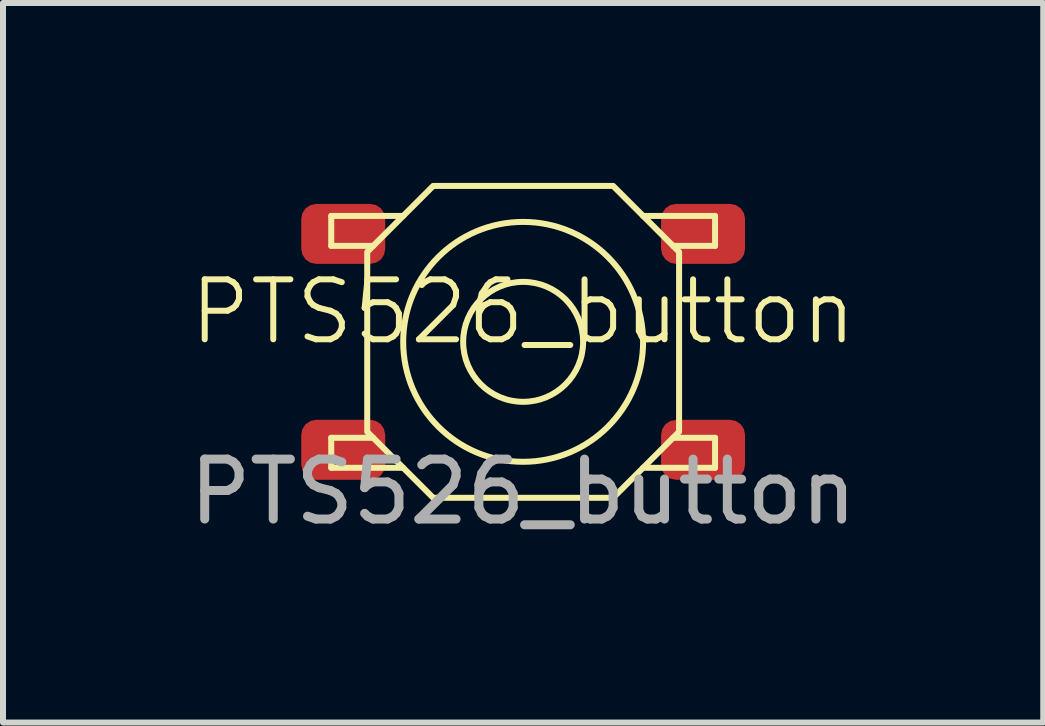
<source format=kicad_pcb>
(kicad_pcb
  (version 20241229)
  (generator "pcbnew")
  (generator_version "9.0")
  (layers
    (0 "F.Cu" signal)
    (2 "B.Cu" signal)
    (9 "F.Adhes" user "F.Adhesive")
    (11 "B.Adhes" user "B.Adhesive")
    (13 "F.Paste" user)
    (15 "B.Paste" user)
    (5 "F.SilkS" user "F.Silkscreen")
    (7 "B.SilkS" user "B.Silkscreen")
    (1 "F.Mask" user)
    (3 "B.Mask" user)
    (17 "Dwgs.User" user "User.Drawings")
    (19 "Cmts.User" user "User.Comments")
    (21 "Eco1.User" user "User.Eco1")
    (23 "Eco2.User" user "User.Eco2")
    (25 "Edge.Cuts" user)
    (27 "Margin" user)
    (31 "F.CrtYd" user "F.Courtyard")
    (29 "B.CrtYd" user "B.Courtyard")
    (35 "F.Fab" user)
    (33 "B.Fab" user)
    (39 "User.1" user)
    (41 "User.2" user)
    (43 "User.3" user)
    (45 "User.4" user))
  (footprint "PTS526_button"
    (layer "F.Cu")
    (at 5.673 2.65)
    (property "Reference" "PTS526_button" (at 0 -0.5 0) (unlocked yes) (layer "F.SilkS") (effects (font (size 1 1) (thickness 0.1))))
    (attr smd)
    (fp_line (start -3.2 -2.1) (end -2 -2.1) (stroke (width 0.1) (type default)) (layer "F.SilkS"))
    (fp_line (start -3.2 -1.6) (end -3.2 -2.1) (stroke (width 0.1) (type default)) (layer "F.SilkS"))
    (fp_line (start -3.2 1.6) (end -3.2 2.1) (stroke (width 0.1) (type default)) (layer "F.SilkS"))
    (fp_line (start -3.2 2.1) (end -2 2.1) (stroke (width 0.1) (type default)) (layer "F.SilkS"))
    (fp_line (start -2.5 -1.6) (end -3.2 -1.6) (stroke (width 0.1) (type default)) (layer "F.SilkS"))
    (fp_line (start -2.5 1.6) (end -3.2 1.6) (stroke (width 0.1) (type default)) (layer "F.SilkS"))
    (fp_line (start 2.5 -1.6) (end 3.2 -1.6) (stroke (width 0.1) (type default)) (layer "F.SilkS"))
    (fp_line (start 2.5 1.6) (end 3.2 1.6) (stroke (width 0.1) (type default)) (layer "F.SilkS"))
    (fp_line (start 3.2 -2.1) (end 2 -2.1) (stroke (width 0.1) (type default)) (layer "F.SilkS"))
    (fp_line (start 3.2 -1.6) (end 3.2 -2.1) (stroke (width 0.1) (type default)) (layer "F.SilkS"))
    (fp_line (start 3.2 1.6) (end 3.2 2.1) (stroke (width 0.1) (type default)) (layer "F.SilkS"))
    (fp_line (start 3.2 2.1) (end 2 2.1) (stroke (width 0.1) (type default)) (layer "F.SilkS"))
    (fp_circle (center 0 0) (end 1 0) (stroke (width 0.1) (type solid)) (fill no) (layer "F.SilkS"))
    (fp_circle (center 0 0) (end 2 0) (stroke (width 0.1) (type default)) (fill no) (layer "F.SilkS"))
    (fp_poly (pts (xy -2.6 -1.5) (xy -1.5 -2.6) (xy 1.5 -2.6) (xy 2.6 -1.5) (xy 2.6 1.5) (xy 1.5 2.6) (xy -1.5 2.6) (xy -2.6 1.5)) (stroke (width 0.1) (type solid)) (fill no) (layer "F.SilkS"))
    (fp_text user "${REFERENCE}" (at 0 2.5 0) (unlocked yes) (layer "F.Fab") (effects (font (size 1 1) (thickness 0.15))))
    (pad "1" smd roundrect (at -3 -1.8) (size 1.4 1) (layers "F.Cu" "F.Mask" "F.Paste") (roundrect_rratio 0.25))
    (pad "1" smd roundrect (at 3 -1.8) (size 1.4 1) (layers "F.Cu" "F.Mask" "F.Paste") (roundrect_rratio 0.25))
    (pad "2" smd roundrect (at -3 1.8) (size 1.4 1) (layers "F.Cu" "F.Mask" "F.Paste") (roundrect_rratio 0.25))
    (pad "2" smd roundrect (at 3 1.8) (size 1.4 1) (layers "F.Cu" "F.Mask" "F.Paste") (roundrect_rratio 0.25)))
  (gr_rect
    (start -3 -3)
    (end 14.345 8.998)
    (stroke (width 0.1) (type default))
    (fill no)
    (layer "Edge.Cuts")))
</source>
